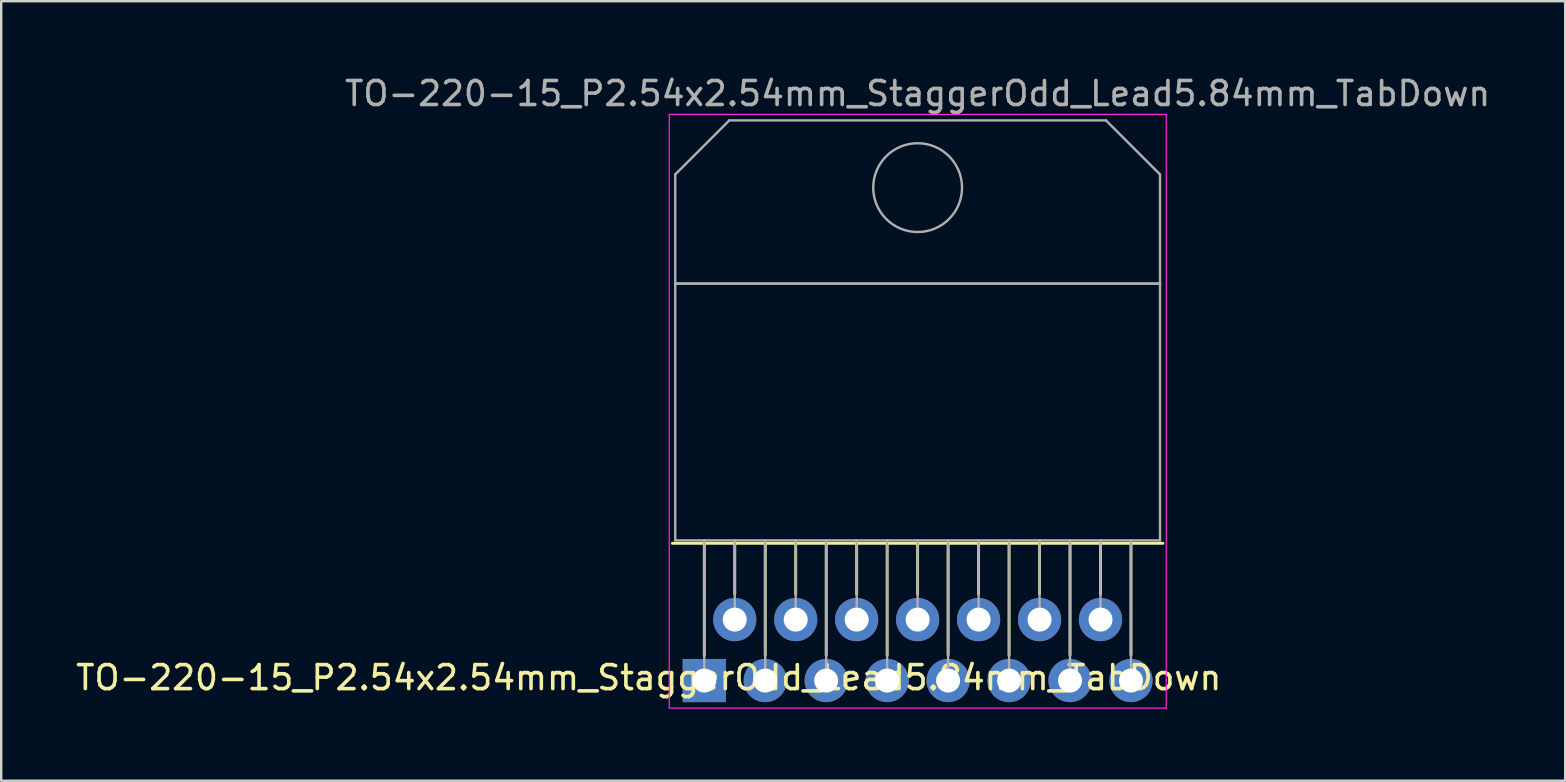
<source format=kicad_pcb>
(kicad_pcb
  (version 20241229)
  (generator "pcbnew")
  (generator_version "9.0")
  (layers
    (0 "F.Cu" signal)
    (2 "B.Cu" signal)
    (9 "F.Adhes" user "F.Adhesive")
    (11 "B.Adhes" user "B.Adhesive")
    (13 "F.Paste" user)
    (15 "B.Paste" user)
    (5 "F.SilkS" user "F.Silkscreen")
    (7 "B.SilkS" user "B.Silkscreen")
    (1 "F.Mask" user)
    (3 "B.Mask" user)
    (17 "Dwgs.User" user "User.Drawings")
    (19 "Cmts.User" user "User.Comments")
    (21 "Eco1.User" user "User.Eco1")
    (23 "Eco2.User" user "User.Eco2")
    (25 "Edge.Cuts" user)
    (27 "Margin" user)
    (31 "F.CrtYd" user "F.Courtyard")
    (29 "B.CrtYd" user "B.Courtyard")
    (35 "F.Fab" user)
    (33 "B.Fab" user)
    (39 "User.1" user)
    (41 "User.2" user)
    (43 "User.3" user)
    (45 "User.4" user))
  (footprint "TO-220-15_P2.54x2.54mm_StaggerOdd_Lead5.84mm_TabDown"
    (layer "F.Cu")
    (at 26.296 25.308)
    (property "Reference" "TO-220-15_P2.54x2.54mm_StaggerOdd_Lead5.84mm_TabDown" (at -2.314 -0.121 0) (layer "F.SilkS") (effects (font (size 1 1) (thickness 0.15))))
    (attr through_hole)
    (fp_line (start -1.33 -5.72) (end 19.11 -5.72) (stroke (width 0.12) (type solid)) (layer "F.SilkS"))
    (fp_line (start 0 -5.72) (end 0 -1.05) (stroke (width 0.12) (type solid)) (layer "F.SilkS"))
    (fp_line (start 1.27 -5.72) (end 1.27 -3.606) (stroke (width 0.12) (type solid)) (layer "F.SilkS"))
    (fp_line (start 2.54 -5.72) (end 2.54 -1.065) (stroke (width 0.12) (type solid)) (layer "F.SilkS"))
    (fp_line (start 3.81 -5.72) (end 3.81 -3.606) (stroke (width 0.12) (type solid)) (layer "F.SilkS"))
    (fp_line (start 5.08 -5.72) (end 5.08 -1.065) (stroke (width 0.12) (type solid)) (layer "F.SilkS"))
    (fp_line (start 6.35 -5.72) (end 6.35 -3.606) (stroke (width 0.12) (type solid)) (layer "F.SilkS"))
    (fp_line (start 7.62 -5.72) (end 7.62 -1.065) (stroke (width 0.12) (type solid)) (layer "F.SilkS"))
    (fp_line (start 8.89 -5.72) (end 8.89 -3.606) (stroke (width 0.12) (type solid)) (layer "F.SilkS"))
    (fp_line (start 10.16 -5.72) (end 10.16 -1.065) (stroke (width 0.12) (type solid)) (layer "F.SilkS"))
    (fp_line (start 11.43 -5.72) (end 11.43 -3.606) (stroke (width 0.12) (type solid)) (layer "F.SilkS"))
    (fp_line (start 12.7 -5.72) (end 12.7 -1.065) (stroke (width 0.12) (type solid)) (layer "F.SilkS"))
    (fp_line (start 13.97 -5.72) (end 13.97 -3.606) (stroke (width 0.12) (type solid)) (layer "F.SilkS"))
    (fp_line (start 15.24 -5.72) (end 15.24 -1.065) (stroke (width 0.12) (type solid)) (layer "F.SilkS"))
    (fp_line (start 16.51 -5.72) (end 16.51 -3.606) (stroke (width 0.12) (type solid)) (layer "F.SilkS"))
    (fp_line (start 17.78 -5.72) (end 17.78 -1.065) (stroke (width 0.12) (type solid)) (layer "F.SilkS"))
    (fp_line (start -1.46 -23.59) (end -1.46 1.15) (stroke (width 0.05) (type solid)) (layer "F.CrtYd"))
    (fp_line (start -1.46 1.15) (end 19.25 1.15) (stroke (width 0.05) (type solid)) (layer "F.CrtYd"))
    (fp_line (start 19.25 -23.59) (end -1.46 -23.59) (stroke (width 0.05) (type solid)) (layer "F.CrtYd"))
    (fp_line (start 19.25 1.15) (end 19.25 -23.59) (stroke (width 0.05) (type solid)) (layer "F.CrtYd"))
    (fp_line (start -1.21 -21.09) (end 1.041 -23.34) (stroke (width 0.1) (type solid)) (layer "F.Fab"))
    (fp_line (start -1.21 -16.54) (end -1.21 -21.09) (stroke (width 0.1) (type solid)) (layer "F.Fab"))
    (fp_line (start -1.21 -16.54) (end 18.99 -16.54) (stroke (width 0.1) (type solid)) (layer "F.Fab"))
    (fp_line (start -1.21 -5.84) (end -1.21 -16.54) (stroke (width 0.1) (type solid)) (layer "F.Fab"))
    (fp_line (start 0 -5.84) (end 0 0) (stroke (width 0.1) (type solid)) (layer "F.Fab"))
    (fp_line (start 1.041 -23.34) (end 16.74 -23.34) (stroke (width 0.1) (type solid)) (layer "F.Fab"))
    (fp_line (start 1.27 -5.84) (end 1.27 -2.54) (stroke (width 0.1) (type solid)) (layer "F.Fab"))
    (fp_line (start 2.54 -5.84) (end 2.54 0) (stroke (width 0.1) (type solid)) (layer "F.Fab"))
    (fp_line (start 3.81 -5.84) (end 3.81 -2.54) (stroke (width 0.1) (type solid)) (layer "F.Fab"))
    (fp_line (start 5.08 -5.84) (end 5.08 0) (stroke (width 0.1) (type solid)) (layer "F.Fab"))
    (fp_line (start 6.35 -5.84) (end 6.35 -2.54) (stroke (width 0.1) (type solid)) (layer "F.Fab"))
    (fp_line (start 7.62 -5.84) (end 7.62 0) (stroke (width 0.1) (type solid)) (layer "F.Fab"))
    (fp_line (start 8.89 -5.84) (end 8.89 -2.54) (stroke (width 0.1) (type solid)) (layer "F.Fab"))
    (fp_line (start 10.16 -5.84) (end 10.16 0) (stroke (width 0.1) (type solid)) (layer "F.Fab"))
    (fp_line (start 11.43 -5.84) (end 11.43 -2.54) (stroke (width 0.1) (type solid)) (layer "F.Fab"))
    (fp_line (start 12.7 -5.84) (end 12.7 0) (stroke (width 0.1) (type solid)) (layer "F.Fab"))
    (fp_line (start 13.97 -5.84) (end 13.97 -2.54) (stroke (width 0.1) (type solid)) (layer "F.Fab"))
    (fp_line (start 15.24 -5.84) (end 15.24 0) (stroke (width 0.1) (type solid)) (layer "F.Fab"))
    (fp_line (start 16.51 -5.84) (end 16.51 -2.54) (stroke (width 0.1) (type solid)) (layer "F.Fab"))
    (fp_line (start 16.74 -23.34) (end 18.99 -21.09) (stroke (width 0.1) (type solid)) (layer "F.Fab"))
    (fp_line (start 17.78 -5.84) (end 17.78 0) (stroke (width 0.1) (type solid)) (layer "F.Fab"))
    (fp_line (start 18.99 -21.09) (end 18.99 -16.54) (stroke (width 0.1) (type solid)) (layer "F.Fab"))
    (fp_line (start 18.99 -16.54) (end -1.21 -16.54) (stroke (width 0.1) (type solid)) (layer "F.Fab"))
    (fp_line (start 18.99 -16.54) (end 18.99 -5.84) (stroke (width 0.1) (type solid)) (layer "F.Fab"))
    (fp_line (start 18.99 -5.84) (end -1.21 -5.84) (stroke (width 0.1) (type solid)) (layer "F.Fab"))
    (fp_circle (center 8.89 -20.54) (end 10.74 -20.54) (stroke (width 0.1) (type solid)) (fill no) (layer "F.Fab"))
    (fp_text user "${REFERENCE}" (at 8.89 -24.46 180) (layer "F.Fab") (effects (font (size 1 1) (thickness 0.15))))
    (pad "1" thru_hole rect (at 0 0) (size 1.8 1.8) (drill 1) (layers "*.Cu" "*.Mask"))
    (pad "2" thru_hole oval (at 1.27 -2.54) (size 1.8 1.8) (drill 1) (layers "*.Cu" "*.Mask"))
    (pad "3" thru_hole oval (at 2.54 0) (size 1.8 1.8) (drill 1) (layers "*.Cu" "*.Mask"))
    (pad "4" thru_hole oval (at 3.81 -2.54) (size 1.8 1.8) (drill 1) (layers "*.Cu" "*.Mask"))
    (pad "5" thru_hole oval (at 5.08 0) (size 1.8 1.8) (drill 1) (layers "*.Cu" "*.Mask"))
    (pad "6" thru_hole oval (at 6.35 -2.54) (size 1.8 1.8) (drill 1) (layers "*.Cu" "*.Mask"))
    (pad "7" thru_hole oval (at 7.62 0) (size 1.8 1.8) (drill 1) (layers "*.Cu" "*.Mask"))
    (pad "8" thru_hole oval (at 8.89 -2.54) (size 1.8 1.8) (drill 1) (layers "*.Cu" "*.Mask"))
    (pad "9" thru_hole oval (at 10.16 0) (size 1.8 1.8) (drill 1) (layers "*.Cu" "*.Mask"))
    (pad "10" thru_hole oval (at 11.43 -2.54) (size 1.8 1.8) (drill 1) (layers "*.Cu" "*.Mask"))
    (pad "11" thru_hole oval (at 12.7 0) (size 1.8 1.8) (drill 1) (layers "*.Cu" "*.Mask"))
    (pad "12" thru_hole oval (at 13.97 -2.54) (size 1.8 1.8) (drill 1) (layers "*.Cu" "*.Mask"))
    (pad "13" thru_hole oval (at 15.24 0) (size 1.8 1.8) (drill 1) (layers "*.Cu" "*.Mask"))
    (pad "14" thru_hole oval (at 16.51 -2.54) (size 1.8 1.8) (drill 1) (layers "*.Cu" "*.Mask"))
    (pad "15" thru_hole oval (at 17.78 0) (size 1.8 1.8) (drill 1) (layers "*.Cu" "*.Mask")))
  (gr_rect
    (start -3 -3)
    (end 62.168 29.483)
    (stroke (width 0.1) (type default))
    (fill no)
    (layer "Edge.Cuts")))
</source>
